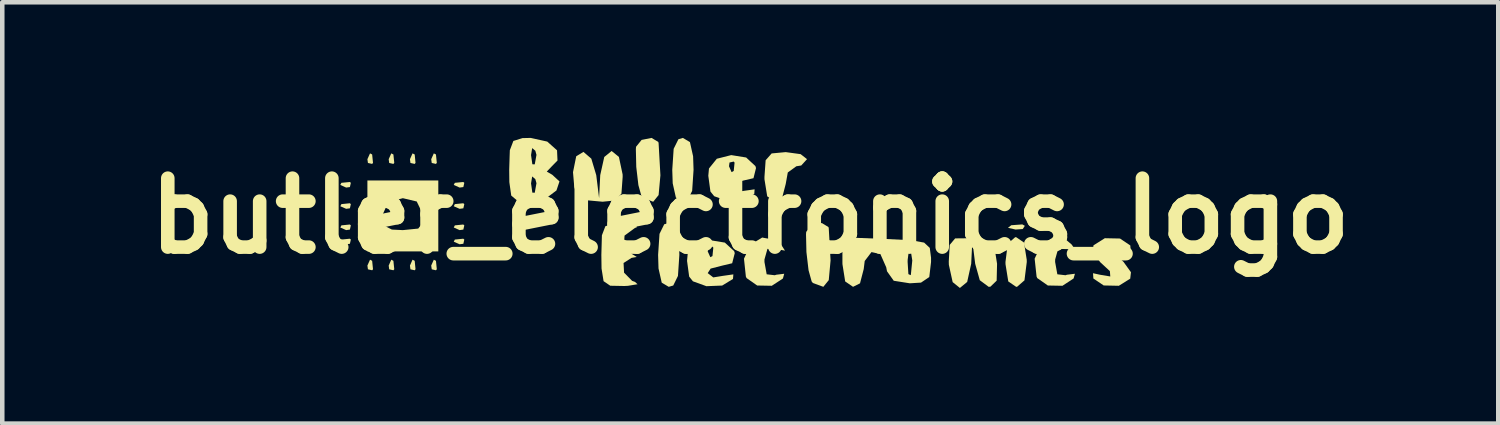
<source format=kicad_pcb>
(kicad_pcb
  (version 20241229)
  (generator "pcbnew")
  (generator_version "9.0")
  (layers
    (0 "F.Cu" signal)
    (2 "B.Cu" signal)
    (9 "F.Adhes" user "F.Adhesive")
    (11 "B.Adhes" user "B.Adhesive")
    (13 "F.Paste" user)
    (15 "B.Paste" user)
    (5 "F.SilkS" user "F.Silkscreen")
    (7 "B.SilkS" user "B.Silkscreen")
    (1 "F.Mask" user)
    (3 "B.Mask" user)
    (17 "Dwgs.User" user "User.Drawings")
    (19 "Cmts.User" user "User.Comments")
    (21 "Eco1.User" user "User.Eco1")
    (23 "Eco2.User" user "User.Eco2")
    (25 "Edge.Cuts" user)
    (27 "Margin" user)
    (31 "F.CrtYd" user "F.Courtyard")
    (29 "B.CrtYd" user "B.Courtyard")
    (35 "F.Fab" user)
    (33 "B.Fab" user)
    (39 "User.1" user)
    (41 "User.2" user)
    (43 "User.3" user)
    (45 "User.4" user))
  (footprint "butler_electronics_logo"
    (layer "F.Cu")
    (at 13.542 1.725)
    (property "Reference" "butler_electronics_logo" (at 0 0 0) (layer "F.SilkS") (effects (font (size 1.524 1.524) (thickness 0.3))))
    (attr board_only exclude_from_pos_files exclude_from_bom)
    (fp_poly (pts (xy -8.833 -0.732) (xy -8.854 -0.638) (xy -8.937 -0.627) (xy -9.066 -0.685) (xy -9.042 -0.732) (xy -8.855 -0.75)) (stroke (width 0) (type solid)) (fill yes) (layer "F.SilkS"))
    (fp_poly (pts (xy -8.833 -0.261) (xy -8.854 -0.168) (xy -8.937 -0.157) (xy -9.066 -0.214) (xy -9.042 -0.261) (xy -8.855 -0.28)) (stroke (width 0) (type solid)) (fill yes) (layer "F.SilkS"))
    (fp_poly (pts (xy -8.833 0.209) (xy -8.854 0.302) (xy -8.937 0.314) (xy -9.066 0.256) (xy -9.042 0.209) (xy -8.855 0.19)) (stroke (width 0) (type solid)) (fill yes) (layer "F.SilkS"))
    (fp_poly (pts (xy -8.833 0.523) (xy -8.854 0.616) (xy -8.937 0.627) (xy -9.066 0.57) (xy -9.042 0.523) (xy -8.855 0.504)) (stroke (width 0) (type solid)) (fill yes) (layer "F.SilkS"))
    (fp_poly (pts (xy -8.362 -1.359) (xy -8.343 -1.173) (xy -8.362 -1.15) (xy -8.455 -1.171) (xy -8.467 -1.254) (xy -8.409 -1.383)) (stroke (width 0) (type solid)) (fill yes) (layer "F.SilkS"))
    (fp_poly (pts (xy -8.362 0.993) (xy -8.343 1.179) (xy -8.362 1.202) (xy -8.455 1.181) (xy -8.467 1.098) (xy -8.409 0.968)) (stroke (width 0) (type solid)) (fill yes) (layer "F.SilkS"))
    (fp_poly (pts (xy -7.892 -1.359) (xy -7.873 -1.173) (xy -7.892 -1.15) (xy -7.985 -1.171) (xy -7.996 -1.254) (xy -7.939 -1.383)) (stroke (width 0) (type solid)) (fill yes) (layer "F.SilkS"))
    (fp_poly (pts (xy -7.892 0.993) (xy -7.873 1.179) (xy -7.892 1.202) (xy -7.985 1.181) (xy -7.996 1.098) (xy -7.939 0.968)) (stroke (width 0) (type solid)) (fill yes) (layer "F.SilkS"))
    (fp_poly (pts (xy -7.421 -1.359) (xy -7.403 -1.173) (xy -7.421 -1.15) (xy -7.515 -1.171) (xy -7.526 -1.254) (xy -7.469 -1.383)) (stroke (width 0) (type solid)) (fill yes) (layer "F.SilkS"))
    (fp_poly (pts (xy -7.421 0.993) (xy -7.403 1.179) (xy -7.421 1.202) (xy -7.515 1.181) (xy -7.526 1.098) (xy -7.469 0.968)) (stroke (width 0) (type solid)) (fill yes) (layer "F.SilkS"))
    (fp_poly (pts (xy -6.951 -1.359) (xy -6.932 -1.173) (xy -6.951 -1.15) (xy -7.044 -1.171) (xy -7.056 -1.254) (xy -6.998 -1.383)) (stroke (width 0) (type solid)) (fill yes) (layer "F.SilkS"))
    (fp_poly (pts (xy -6.951 0.993) (xy -6.932 1.179) (xy -6.951 1.202) (xy -7.044 1.181) (xy -7.056 1.098) (xy -6.998 0.968)) (stroke (width 0) (type solid)) (fill yes) (layer "F.SilkS"))
    (fp_poly (pts (xy -6.324 -0.732) (xy -6.345 -0.638) (xy -6.428 -0.627) (xy -6.557 -0.685) (xy -6.533 -0.732) (xy -6.347 -0.75)) (stroke (width 0) (type solid)) (fill yes) (layer "F.SilkS"))
    (fp_poly (pts (xy -6.324 -0.261) (xy -6.345 -0.168) (xy -6.428 -0.157) (xy -6.557 -0.214) (xy -6.533 -0.261) (xy -6.347 -0.28)) (stroke (width 0) (type solid)) (fill yes) (layer "F.SilkS"))
    (fp_poly (pts (xy -6.324 0.209) (xy -6.345 0.302) (xy -6.428 0.314) (xy -6.557 0.256) (xy -6.533 0.209) (xy -6.347 0.19)) (stroke (width 0) (type solid)) (fill yes) (layer "F.SilkS"))
    (fp_poly (pts (xy -6.324 0.523) (xy -6.345 0.616) (xy -6.428 0.627) (xy -6.557 0.57) (xy -6.533 0.523) (xy -6.347 0.504)) (stroke (width 0) (type solid)) (fill yes) (layer "F.SilkS"))
    (fp_poly (pts (xy 6.072 0.219) (xy 6.026 0.29) (xy 5.867 0.301) (xy 5.699 0.263) (xy 5.772 0.206) (xy 6.017 0.188)) (stroke (width 0) (type solid)) (fill yes) (layer "F.SilkS"))
    (fp_poly (pts (xy -1.648 0.249) (xy -1.577 0.563) (xy -1.568 0.862) (xy -1.599 1.327) (xy -1.703 1.539) (xy -1.803 1.568) (xy -1.958 1.476) (xy -2.029 1.162) (xy -2.038 0.862) (xy -2.007 0.397) (xy -1.903 0.185) (xy -1.803 0.157)) (stroke (width 0) (type solid)) (fill yes) (layer "F.SilkS"))
    (fp_poly (pts (xy -1.334 -1.632) (xy -1.264 -1.318) (xy -1.254 -1.019) (xy -1.285 -0.554) (xy -1.39 -0.342) (xy -1.49 -0.314) (xy -1.645 -0.406) (xy -1.715 -0.72) (xy -1.725 -1.019) (xy -1.694 -1.484) (xy -1.589 -1.696) (xy -1.49 -1.725)) (stroke (width 0) (type solid)) (fill yes) (layer "F.SilkS"))
    (fp_poly (pts (xy 6.054 0.589) (xy 6.114 0.969) (xy 6.115 1.019) (xy 6.064 1.425) (xy 5.901 1.567) (xy 5.88 1.568) (xy 5.706 1.449) (xy 5.645 1.069) (xy 5.644 1.019) (xy 5.695 0.613) (xy 5.858 0.471) (xy 5.88 0.47)) (stroke (width 0) (type solid)) (fill yes) (layer "F.SilkS"))
    (fp_poly (pts (xy -2.033 -1.635) (xy -2.027 -1.607) (xy -1.987 -0.898) (xy -2.027 -0.461) (xy -2.147 -0.313) (xy -2.377 -0.398) (xy -2.405 -0.431) (xy -2.474 -0.681) (xy -2.521 -1.083) (xy -2.53 -1.475) (xy -2.526 -1.529) (xy -2.403 -1.681) (xy -2.182 -1.725)) (stroke (width 0) (type solid)) (fill yes) (layer "F.SilkS"))
    (fp_poly (pts (xy 1.73 0.247) (xy 1.736 0.274) (xy 1.776 0.984) (xy 1.736 1.42) (xy 1.616 1.568) (xy 1.386 1.484) (xy 1.358 1.45) (xy 1.289 1.201) (xy 1.242 0.799) (xy 1.233 0.406) (xy 1.237 0.353) (xy 1.36 0.201) (xy 1.581 0.157)) (stroke (width 0) (type solid)) (fill yes) (layer "F.SilkS"))
    (fp_poly (pts (xy 1.114 -1.366) (xy 1.254 -1.256) (xy 1.254 -1.254) (xy 1.127 -1.115) (xy 1.019 -1.098) (xy 0.83 -0.961) (xy 0.784 -0.706) (xy 0.702 -0.39) (xy 0.549 -0.314) (xy 0.375 -0.433) (xy 0.314 -0.812) (xy 0.314 -0.862) (xy 0.34 -1.231) (xy 0.473 -1.382) (xy 0.784 -1.411)) (stroke (width 0) (type solid)) (fill yes) (layer "F.SilkS"))
    (fp_poly (pts (xy -6.899 0.784) (xy -8.467 0.784) (xy -8.467 -0.039) (xy -8.125 -0.039) (xy -8.113 0.207) (xy -7.926 0.302) (xy -7.683 0.314) (xy -7.343 0.28) (xy -7.232 0.136) (xy -7.241 -0.039) (xy -7.376 -0.319) (xy -7.683 -0.392) (xy -8.006 -0.306) (xy -8.125 -0.039) (xy -8.467 -0.039) (xy -8.467 -0.784) (xy -6.899 -0.784)) (stroke (width 0) (type solid)) (fill yes) (layer "F.SilkS"))
    (fp_poly (pts (xy -2.905 -1.305) (xy -2.823 -0.918) (xy -2.822 -0.862) (xy -2.849 -0.493) (xy -2.981 -0.342) (xy -3.266 -0.314) (xy -3.626 -0.347) (xy -3.815 -0.418) (xy -3.892 -0.637) (xy -3.92 -0.967) (xy -3.849 -1.319) (xy -3.689 -1.416) (xy -3.515 -1.266) (xy -3.406 -0.902) (xy -3.343 -0.392) (xy -3.318 -0.902) (xy -3.229 -1.303) (xy -3.066 -1.436)) (stroke (width 0) (type solid)) (fill yes) (layer "F.SilkS"))
    (fp_poly (pts (xy 4.9 0.5) (xy 5.259 0.576) (xy 5.414 0.78) (xy 5.458 1.058) (xy 5.449 1.432) (xy 5.311 1.565) (xy 5.272 1.568) (xy 5.076 1.422) (xy 4.974 1.058) (xy 4.911 0.549) (xy 4.886 1.058) (xy 4.797 1.46) (xy 4.636 1.593) (xy 4.476 1.464) (xy 4.392 1.081) (xy 4.39 1.009) (xy 4.411 0.64) (xy 4.531 0.497) (xy 4.837 0.494)) (stroke (width 0) (type solid)) (fill yes) (layer "F.SilkS"))
    (fp_poly (pts (xy 0.567 0.537) (xy 0.683 0.636) (xy 0.768 0.768) (xy 0.595 0.736) (xy 0.588 0.734) (xy 0.38 0.729) (xy 0.314 0.963) (xy 0.314 1.019) (xy 0.363 1.291) (xy 0.543 1.312) (xy 0.574 1.301) (xy 0.751 1.279) (xy 0.722 1.384) (xy 0.476 1.545) (xy 0.153 1.539) (xy -0.081 1.375) (xy -0.097 1.342) (xy -0.139 0.946) (xy 0.005 0.636) (xy 0.264 0.478)) (stroke (width 0) (type solid)) (fill yes) (layer "F.SilkS"))
    (fp_poly (pts (xy 6.995 0.537) (xy 7.111 0.636) (xy 7.196 0.768) (xy 7.024 0.736) (xy 7.016 0.734) (xy 6.808 0.729) (xy 6.743 0.963) (xy 6.742 1.019) (xy 6.791 1.291) (xy 6.972 1.312) (xy 7.003 1.301) (xy 7.18 1.279) (xy 7.15 1.384) (xy 6.904 1.545) (xy 6.581 1.539) (xy 6.347 1.375) (xy 6.332 1.342) (xy 6.289 0.946) (xy 6.433 0.636) (xy 6.693 0.478)) (stroke (width 0) (type solid)) (fill yes) (layer "F.SilkS"))
    (fp_poly (pts (xy 8.177 0.5) (xy 8.405 0.654) (xy 8.412 0.772) (xy 8.257 0.737) (xy 8.03 0.699) (xy 8.039 0.817) (xy 8.255 1.017) (xy 8.419 1.245) (xy 8.403 1.387) (xy 8.151 1.545) (xy 7.816 1.538) (xy 7.588 1.384) (xy 7.58 1.267) (xy 7.735 1.301) (xy 7.962 1.339) (xy 7.953 1.221) (xy 7.737 1.021) (xy 7.574 0.793) (xy 7.59 0.651) (xy 7.841 0.493)) (stroke (width 0) (type solid)) (fill yes) (layer "F.SilkS"))
    (fp_poly (pts (xy -2.783 0.175) (xy -2.518 0.204) (xy -2.511 0.253) (xy -2.548 0.265) (xy -2.78 0.435) (xy -2.796 0.678) (xy -2.626 0.837) (xy -2.511 0.908) (xy -2.626 0.928) (xy -2.802 1.041) (xy -2.791 1.255) (xy -2.613 1.436) (xy -2.548 1.46) (xy -2.493 1.511) (xy -2.706 1.546) (xy -2.783 1.55) (xy -3.096 1.544) (xy -3.244 1.443) (xy -3.289 1.163) (xy -3.293 0.862) (xy -3.281 0.429) (xy -3.204 0.227) (xy -3 0.172)) (stroke (width 0) (type solid)) (fill yes) (layer "F.SilkS"))
    (fp_poly (pts (xy -0.562 0.59) (xy -0.356 0.779) (xy -0.343 0.823) (xy -0.4 1.047) (xy -0.616 1.098) (xy -0.877 1.165) (xy -0.941 1.265) (xy -0.818 1.36) (xy -0.608 1.326) (xy -0.374 1.293) (xy -0.382 1.394) (xy -0.621 1.54) (xy -0.97 1.554) (xy -1.268 1.446) (xy -1.351 1.342) (xy -1.398 0.994) (xy -1.383 0.832) (xy -1.344 0.784) (xy -0.941 0.784) (xy -0.883 0.913) (xy -0.836 0.888) (xy -0.817 0.702) (xy -0.836 0.679) (xy -0.929 0.701) (xy -0.941 0.784) (xy -1.344 0.784) (xy -1.211 0.618) (xy -0.892 0.536)) (stroke (width 0) (type solid)) (fill yes) (layer "F.SilkS"))
    (fp_poly (pts (xy -0.091 -1.292) (xy 0.114 -1.102) (xy 0.127 -1.058) (xy 0.071 -0.834) (xy -0.145 -0.784) (xy -0.406 -0.716) (xy -0.47 -0.617) (xy -0.347 -0.521) (xy -0.137 -0.555) (xy 0.096 -0.588) (xy 0.089 -0.487) (xy -0.151 -0.342) (xy -0.499 -0.327) (xy -0.798 -0.436) (xy -0.881 -0.54) (xy -0.928 -0.888) (xy -0.913 -1.049) (xy -0.874 -1.098) (xy -0.47 -1.098) (xy -0.413 -0.968) (xy -0.366 -0.993) (xy -0.347 -1.179) (xy -0.366 -1.202) (xy -0.459 -1.181) (xy -0.47 -1.098) (xy -0.874 -1.098) (xy -0.74 -1.264) (xy -0.421 -1.345)) (stroke (width 0) (type solid)) (fill yes) (layer "F.SilkS"))
    (fp_poly (pts (xy 3.018 0.511) (xy 3.552 0.538) (xy 3.845 0.59) (xy 3.97 0.707) (xy 3.998 0.924) (xy 3.998 1.019) (xy 3.959 1.352) (xy 3.776 1.475) (xy 3.528 1.49) (xy 3.173 1.434) (xy 3.024 1.224) (xy 3.007 1.137) (xy 2.955 1.019) (xy 3.48 1.019) (xy 3.497 1.287) (xy 3.546 1.31) (xy 3.552 1.297) (xy 3.583 0.985) (xy 3.558 0.826) (xy 3.508 0.762) (xy 3.481 0.97) (xy 3.48 1.019) (xy 2.955 1.019) (xy 2.877 0.843) (xy 2.681 0.8) (xy 2.531 0.997) (xy 2.509 1.176) (xy 2.427 1.491) (xy 2.273 1.568) (xy 2.099 1.449) (xy 2.039 1.068) (xy 2.038 1.02) (xy 2.038 0.473)) (stroke (width 0) (type solid)) (fill yes) (layer "F.SilkS"))
    (fp_poly (pts (xy -4.49 -1.644) (xy -4.273 -1.451) (xy -4.263 -1.225) (xy -4.385 -1.101) (xy -4.5 -0.98) (xy -4.38 -0.911) (xy -4.219 -0.763) (xy -4.286 -0.563) (xy -4.518 -0.388) (xy -4.856 -0.314) (xy -5.148 -0.334) (xy -5.286 -0.45) (xy -5.324 -0.719) (xy -4.848 -0.719) (xy -4.819 -0.515) (xy -4.766 -0.513) (xy -4.728 -0.723) (xy -4.753 -0.813) (xy -4.823 -0.873) (xy -4.848 -0.719) (xy -5.324 -0.719) (xy -5.328 -0.749) (xy -5.331 -1.019) (xy -5.321 -1.346) (xy -4.848 -1.346) (xy -4.819 -1.142) (xy -4.766 -1.14) (xy -4.728 -1.35) (xy -4.753 -1.441) (xy -4.823 -1.5) (xy -4.848 -1.346) (xy -5.321 -1.346) (xy -5.317 -1.453) (xy -5.239 -1.658) (xy -5.037 -1.721) (xy -4.856 -1.725)) (stroke (width 0) (type solid)) (fill yes) (layer "F.SilkS")))
  (gr_rect
    (start -3 -3)
    (end 30.084 6.318)
    (stroke (width 0.1) (type default))
    (fill no)
    (layer "Edge.Cuts")))
</source>
